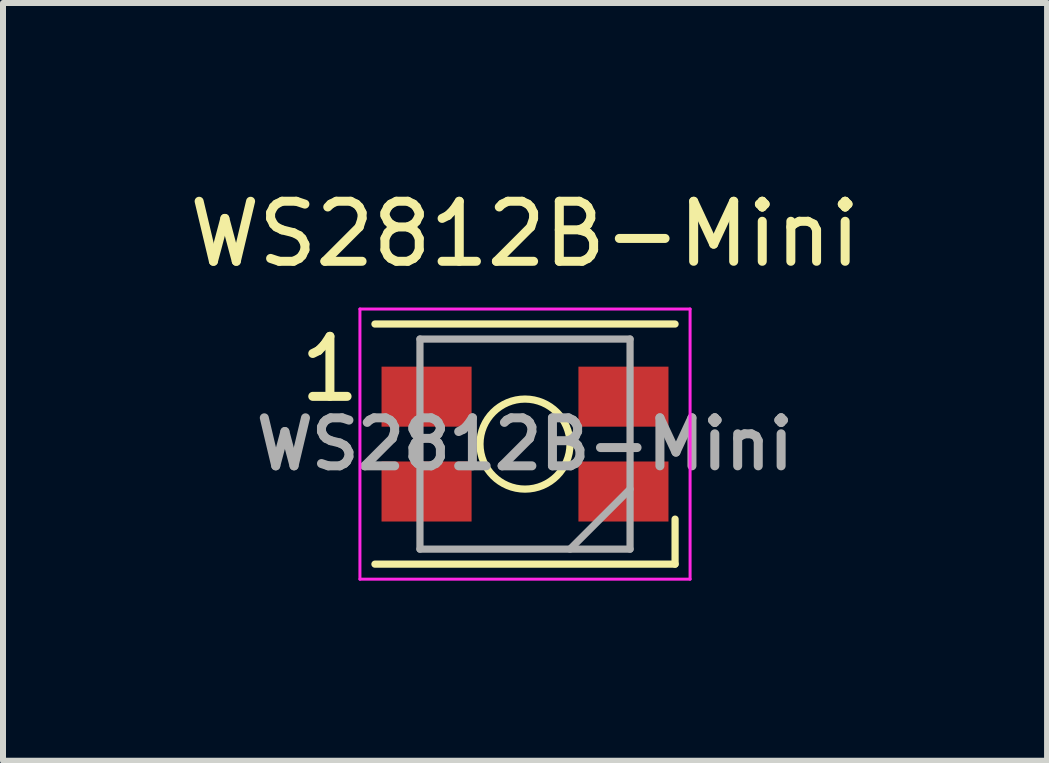
<source format=kicad_pcb>
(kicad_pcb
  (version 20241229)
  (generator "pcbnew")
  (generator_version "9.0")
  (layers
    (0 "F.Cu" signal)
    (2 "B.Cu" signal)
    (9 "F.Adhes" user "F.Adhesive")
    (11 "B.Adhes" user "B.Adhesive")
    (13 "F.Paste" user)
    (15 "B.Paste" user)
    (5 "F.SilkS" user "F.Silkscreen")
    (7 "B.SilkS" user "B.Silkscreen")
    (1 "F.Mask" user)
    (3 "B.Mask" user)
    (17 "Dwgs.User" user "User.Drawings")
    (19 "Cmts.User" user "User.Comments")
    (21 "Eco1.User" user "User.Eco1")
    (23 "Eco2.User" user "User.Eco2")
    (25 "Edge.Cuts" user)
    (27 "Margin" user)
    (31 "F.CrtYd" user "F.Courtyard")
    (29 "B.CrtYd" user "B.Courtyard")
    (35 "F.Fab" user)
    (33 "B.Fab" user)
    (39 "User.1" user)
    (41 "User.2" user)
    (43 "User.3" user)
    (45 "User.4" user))
  (footprint "WS2812B-Mini"
    (layer "F.Cu")
    (at 5.696 4.348)
    (property "Reference" "WS2812B-Mini" (at 0 -3.5 0) (layer "F.SilkS") (effects (font (size 1 1) (thickness 0.15))))
    (attr smd)
    (fp_line (start -2.5 -2) (end 2.5 -2) (stroke (width 0.12) (type solid)) (layer "F.SilkS"))
    (fp_line (start -2.5 2) (end 2.5 2) (stroke (width 0.12) (type solid)) (layer "F.SilkS"))
    (fp_line (start 2.5 2) (end 2.5 1.25) (stroke (width 0.12) (type solid)) (layer "F.SilkS"))
    (fp_circle (center 0 0) (end 0.75 0) (stroke (width 0.12) (type solid)) (fill no) (layer "F.SilkS"))
    (fp_line (start -2.75 -2.25) (end -2.75 2.25) (stroke (width 0.05) (type solid)) (layer "F.CrtYd"))
    (fp_line (start -2.75 2.25) (end 2.75 2.25) (stroke (width 0.05) (type solid)) (layer "F.CrtYd"))
    (fp_line (start 2.75 -2.25) (end -2.75 -2.25) (stroke (width 0.05) (type solid)) (layer "F.CrtYd"))
    (fp_line (start 2.75 2.25) (end 2.75 -2.25) (stroke (width 0.05) (type solid)) (layer "F.CrtYd"))
    (fp_line (start -1.75 -1.75) (end 1.75 -1.75) (stroke (width 0.12) (type solid)) (layer "F.Fab"))
    (fp_line (start -1.75 1.75) (end -1.75 -1.75) (stroke (width 0.12) (type solid)) (layer "F.Fab"))
    (fp_line (start 1.75 -1.75) (end 1.75 1.75) (stroke (width 0.12) (type solid)) (layer "F.Fab"))
    (fp_line (start 1.75 0.75) (end 0.75 1.75) (stroke (width 0.12) (type solid)) (layer "F.Fab"))
    (fp_line (start 1.75 1.75) (end -1.75 1.75) (stroke (width 0.12) (type solid)) (layer "F.Fab"))
    (fp_text user "1" (at -3.25 -1.25 0) (layer "F.SilkS") (effects (font (size 1 1) (thickness 0.15))))
    (fp_text user "${REFERENCE}" (at 0 0 0) (layer "F.Fab") (effects (font (size 0.8 0.8) (thickness 0.15))))
    (pad "1" smd rect (at -1.64 -0.79) (size 1.5 1) (layers "F.Cu" "F.Mask" "F.Paste"))
    (pad "2" smd rect (at -1.64 0.79) (size 1.5 1) (layers "F.Cu" "F.Mask" "F.Paste"))
    (pad "3" smd rect (at 1.64 0.79) (size 1.5 1) (layers "F.Cu" "F.Mask" "F.Paste"))
    (pad "4" smd rect (at 1.64 -0.79) (size 1.5 1) (layers "F.Cu" "F.Mask" "F.Paste")))
  (gr_rect
    (start -3 -3)
    (end 14.393 9.623)
    (stroke (width 0.1) (type default))
    (fill no)
    (layer "Edge.Cuts")))
</source>
